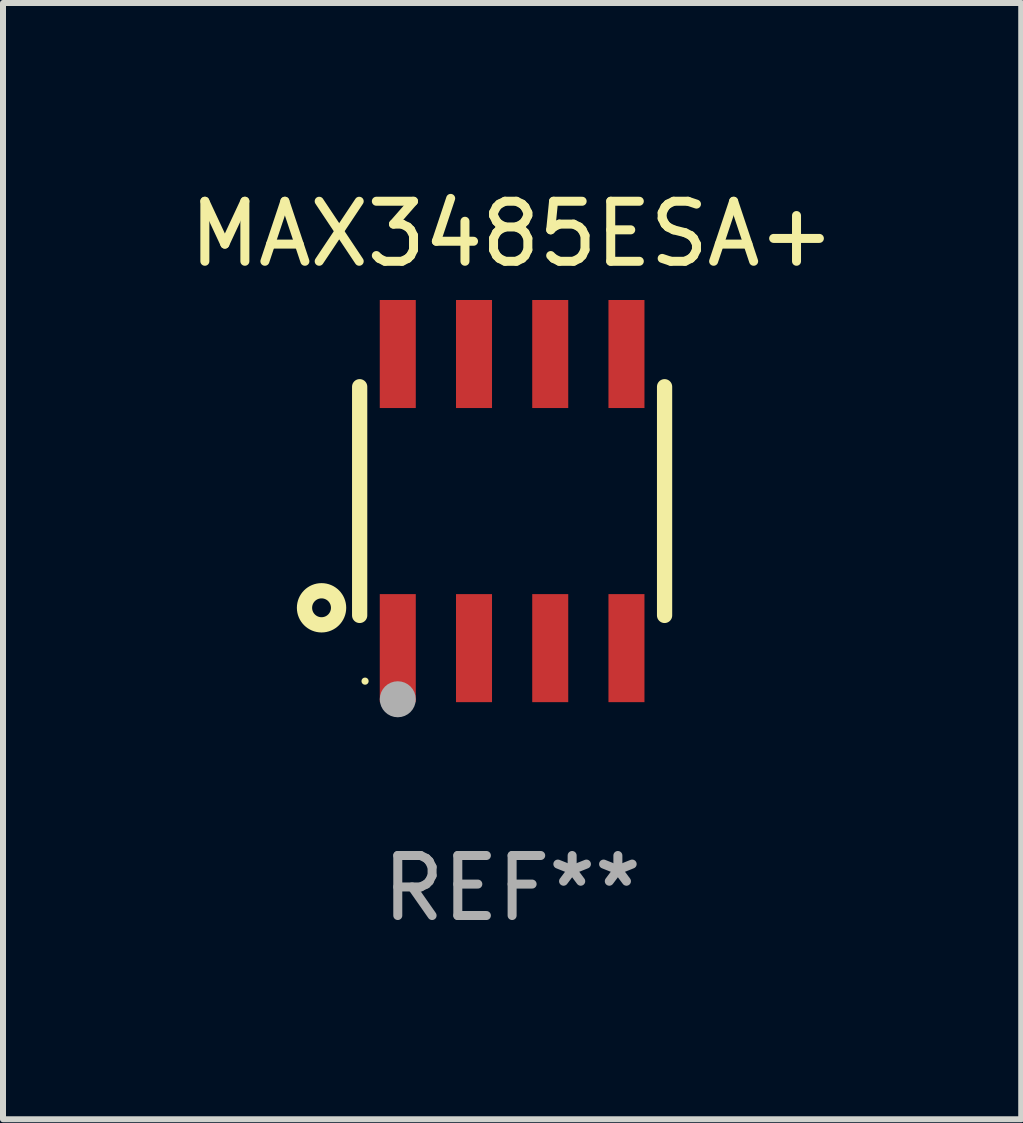
<source format=kicad_pcb>
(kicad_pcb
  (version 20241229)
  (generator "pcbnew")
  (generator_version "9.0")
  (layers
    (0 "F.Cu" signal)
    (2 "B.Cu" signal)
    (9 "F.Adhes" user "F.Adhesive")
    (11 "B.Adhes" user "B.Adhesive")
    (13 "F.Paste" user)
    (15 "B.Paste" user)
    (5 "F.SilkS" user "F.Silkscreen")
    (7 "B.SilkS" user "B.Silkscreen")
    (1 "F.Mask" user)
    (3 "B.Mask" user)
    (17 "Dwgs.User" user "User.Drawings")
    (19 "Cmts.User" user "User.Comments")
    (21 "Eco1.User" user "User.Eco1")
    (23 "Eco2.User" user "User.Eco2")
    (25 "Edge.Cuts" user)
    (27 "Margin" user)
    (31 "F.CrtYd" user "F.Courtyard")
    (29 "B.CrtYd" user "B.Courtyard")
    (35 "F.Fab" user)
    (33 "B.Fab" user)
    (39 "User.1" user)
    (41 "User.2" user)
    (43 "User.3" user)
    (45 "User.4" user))
  (footprint "MAX3485ESA+"
    (layer "F.Cu")
    (at 5.482 5.298)
    (property "Reference" "MAX3485ESA+" (at 0 -4.45 0) (layer "F.SilkS") (effects (font (size 1 1) (thickness 0.15))))
    (attr through_hole)
    (fp_line (start -2.54 -1.905) (end -2.54 1.905) (stroke (width 0.254) (type solid)) (layer "F.SilkS"))
    (fp_line (start 2.54 -1.905) (end 2.54 1.905) (stroke (width 0.254) (type solid)) (layer "F.SilkS"))
    (fp_circle (center -3.175 1.778) (end -2.891 1.778) (stroke (width 0.254) (type solid)) (fill no) (layer "F.SilkS"))
    (fp_circle (center -2.45 3) (end -2.42 3) (stroke (width 0.06) (type solid)) (fill no) (layer "F.SilkS"))
    (fp_circle (center -1.905 3.302) (end -1.755 3.302) (stroke (width 0.3) (type solid)) (fill no) (layer "F.Fab"))
    (fp_text user "REF**" (at 0 6.45 0) (layer "F.Fab") (effects (font (size 1 1) (thickness 0.15))))
    (pad "1" smd rect (at -1.905 2.45) (size 0.6 1.8) (layers "F.Cu" "F.Mask" "F.Paste"))
    (pad "2" smd rect (at -0.635 2.45) (size 0.6 1.8) (layers "F.Cu" "F.Mask" "F.Paste"))
    (pad "3" smd rect (at 0.635 2.45) (size 0.6 1.8) (layers "F.Cu" "F.Mask" "F.Paste"))
    (pad "4" smd rect (at 1.905 2.45) (size 0.6 1.8) (layers "F.Cu" "F.Mask" "F.Paste"))
    (pad "5" smd rect (at 1.905 -2.45 180) (size 0.6 1.8) (layers "F.Cu" "F.Mask" "F.Paste"))
    (pad "6" smd rect (at 0.635 -2.45 180) (size 0.6 1.8) (layers "F.Cu" "F.Mask" "F.Paste"))
    (pad "7" smd rect (at -0.635 -2.45 180) (size 0.6 1.8) (layers "F.Cu" "F.Mask" "F.Paste"))
    (pad "8" smd rect (at -1.905 -2.45 180) (size 0.6 1.8) (layers "F.Cu" "F.Mask" "F.Paste")))
  (gr_rect
    (start -3 -3)
    (end 13.964 15.597)
    (stroke (width 0.1) (type default))
    (fill no)
    (layer "Edge.Cuts")))
</source>
